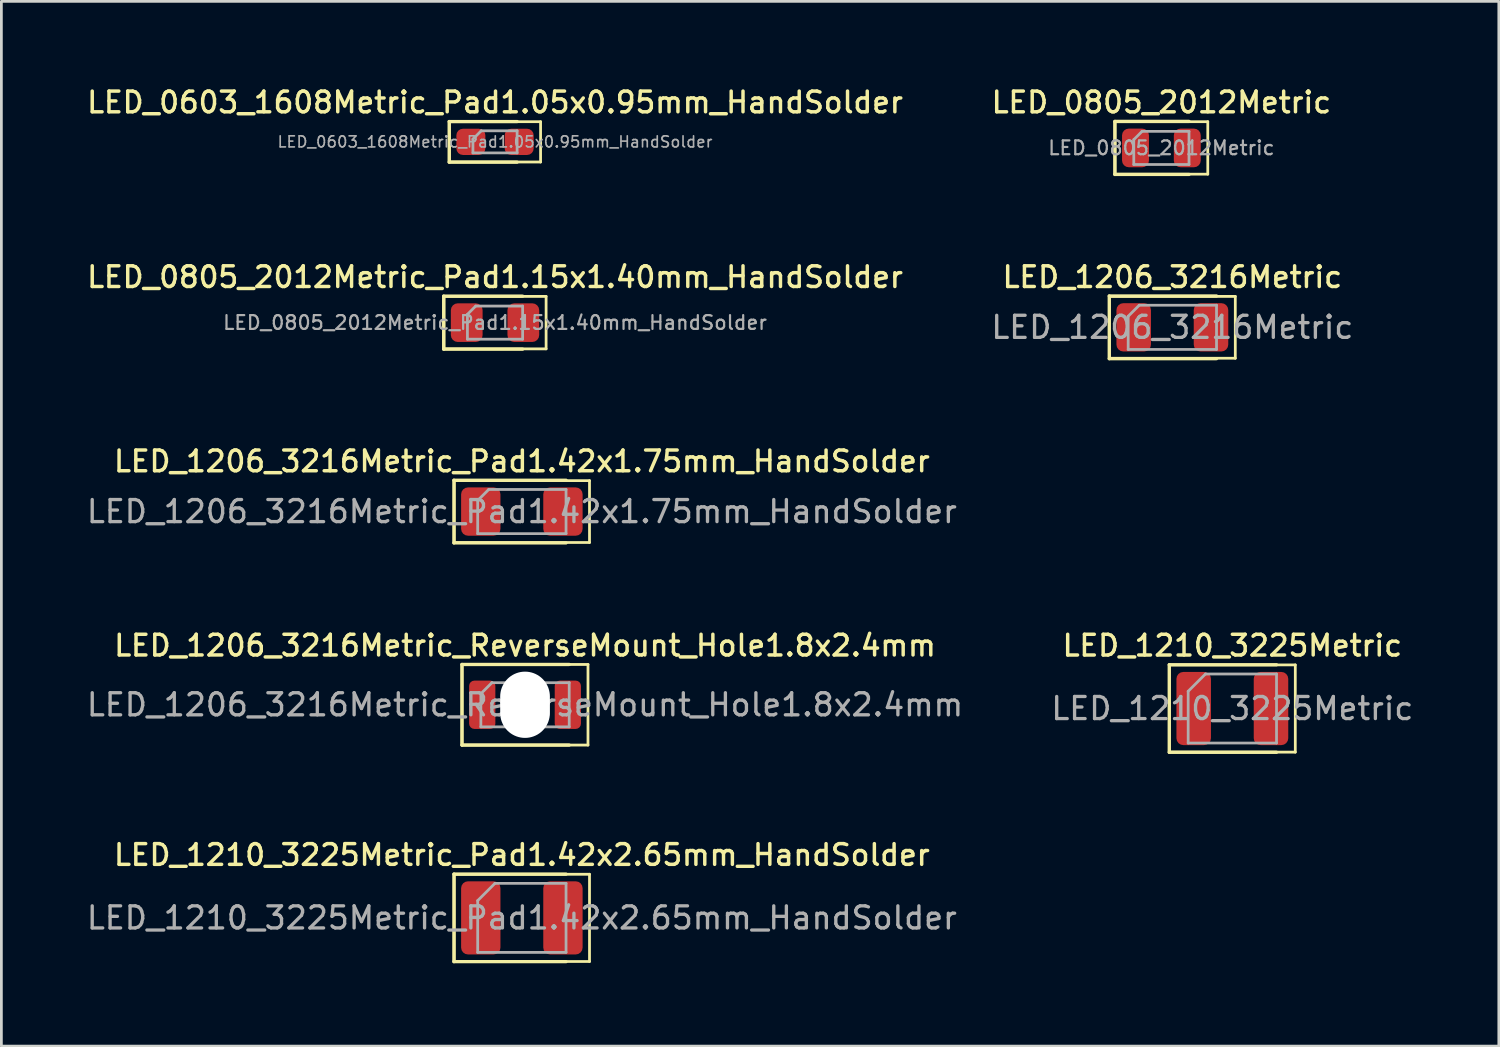
<source format=kicad_pcb>
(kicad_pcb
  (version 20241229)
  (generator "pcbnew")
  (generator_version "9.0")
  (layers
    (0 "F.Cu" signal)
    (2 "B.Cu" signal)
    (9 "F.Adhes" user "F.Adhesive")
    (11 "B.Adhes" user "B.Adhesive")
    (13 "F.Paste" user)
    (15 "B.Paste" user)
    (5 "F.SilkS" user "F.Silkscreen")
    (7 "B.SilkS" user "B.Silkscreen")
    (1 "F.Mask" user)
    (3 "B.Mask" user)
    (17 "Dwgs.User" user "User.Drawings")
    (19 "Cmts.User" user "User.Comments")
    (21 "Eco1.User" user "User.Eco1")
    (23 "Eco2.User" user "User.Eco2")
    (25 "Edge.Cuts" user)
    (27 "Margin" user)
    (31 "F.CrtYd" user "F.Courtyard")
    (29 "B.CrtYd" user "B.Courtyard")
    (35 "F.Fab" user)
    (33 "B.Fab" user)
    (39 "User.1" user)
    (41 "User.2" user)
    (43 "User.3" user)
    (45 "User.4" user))
  (footprint "LED_0603_1608Metric_Pad1.05x0.95mm_HandSolder"
    (layer "F.Cu")
    (at 14.88 2.088)
    (property "Reference" "LED_0603_1608Metric_Pad1.05x0.95mm_HandSolder" (at 0 -1.43 0) (layer "F.SilkS") (effects (font (size 0.75 0.75) (thickness 0.125))))
    (attr smd)
    (fp_line (start -1.66 -0.735) (end -1.66 0.735) (stroke (width 0.12) (type solid)) (layer "F.SilkS"))
    (fp_line (start -1.66 0.735) (end 0.8 0.735) (stroke (width 0.12) (type solid)) (layer "F.SilkS"))
    (fp_line (start -1.65 -0.73) (end 1.65 -0.73) (stroke (width 0.1) (type solid)) (layer "F.SilkS"))
    (fp_line (start -1.65 0.73) (end -1.65 -0.73) (stroke (width 0.1) (type solid)) (layer "F.SilkS"))
    (fp_line (start 0.8 -0.735) (end -1.66 -0.735) (stroke (width 0.12) (type solid)) (layer "F.SilkS"))
    (fp_line (start 1.65 -0.73) (end 1.65 0.73) (stroke (width 0.1) (type solid)) (layer "F.SilkS"))
    (fp_line (start 1.65 0.73) (end -1.65 0.73) (stroke (width 0.1) (type solid)) (layer "F.SilkS"))
    (fp_line (start -0.8 -0.1) (end -0.8 0.4) (stroke (width 0.1) (type solid)) (layer "F.Fab"))
    (fp_line (start -0.8 0.4) (end 0.8 0.4) (stroke (width 0.1) (type solid)) (layer "F.Fab"))
    (fp_line (start -0.5 -0.4) (end -0.8 -0.1) (stroke (width 0.1) (type solid)) (layer "F.Fab"))
    (fp_line (start 0.8 -0.4) (end -0.5 -0.4) (stroke (width 0.1) (type solid)) (layer "F.Fab"))
    (fp_line (start 0.8 0.4) (end 0.8 -0.4) (stroke (width 0.1) (type solid)) (layer "F.Fab"))
    (fp_text user "${REFERENCE}" (at 0 0 0) (layer "F.Fab") (effects (font (size 0.4 0.4) (thickness 0.06))))
    (pad "1" smd roundrect (at -0.875 0) (size 1.05 0.95) (layers "F.Cu" "F.Mask" "F.Paste") (roundrect_rratio 0.25))
    (pad "2" smd roundrect (at 0.875 0) (size 1.05 0.95) (layers "F.Cu" "F.Mask" "F.Paste") (roundrect_rratio 0.25)))
  (footprint "LED_0805_2012Metric_Pad1.15x1.40mm_HandSolder"
    (layer "F.Cu")
    (at 14.88 8.636)
    (property "Reference" "LED_0805_2012Metric_Pad1.15x1.40mm_HandSolder" (at 0 -1.65 0) (layer "F.SilkS") (effects (font (size 0.75 0.75) (thickness 0.125))))
    (attr smd)
    (fp_line (start -1.86 -0.96) (end -1.86 0.96) (stroke (width 0.12) (type solid)) (layer "F.SilkS"))
    (fp_line (start -1.86 0.96) (end 1 0.96) (stroke (width 0.12) (type solid)) (layer "F.SilkS"))
    (fp_line (start -1.85 -0.95) (end 1.85 -0.95) (stroke (width 0.1) (type solid)) (layer "F.SilkS"))
    (fp_line (start -1.85 0.95) (end -1.85 -0.95) (stroke (width 0.1) (type solid)) (layer "F.SilkS"))
    (fp_line (start 1 -0.96) (end -1.86 -0.96) (stroke (width 0.12) (type solid)) (layer "F.SilkS"))
    (fp_line (start 1.85 -0.95) (end 1.85 0.95) (stroke (width 0.1) (type solid)) (layer "F.SilkS"))
    (fp_line (start 1.85 0.95) (end -1.85 0.95) (stroke (width 0.1) (type solid)) (layer "F.SilkS"))
    (fp_line (start -1 -0.3) (end -1 0.6) (stroke (width 0.1) (type solid)) (layer "F.Fab"))
    (fp_line (start -1 0.6) (end 1 0.6) (stroke (width 0.1) (type solid)) (layer "F.Fab"))
    (fp_line (start -0.7 -0.6) (end -1 -0.3) (stroke (width 0.1) (type solid)) (layer "F.Fab"))
    (fp_line (start 1 -0.6) (end -0.7 -0.6) (stroke (width 0.1) (type solid)) (layer "F.Fab"))
    (fp_line (start 1 0.6) (end 1 -0.6) (stroke (width 0.1) (type solid)) (layer "F.Fab"))
    (fp_text user "${REFERENCE}" (at 0 0 0) (layer "F.Fab") (effects (font (size 0.5 0.5) (thickness 0.08))))
    (pad "1" smd roundrect (at -1.025 0) (size 1.15 1.4) (layers "F.Cu" "F.Mask" "F.Paste") (roundrect_rratio 0.217))
    (pad "2" smd roundrect (at 1.025 0) (size 1.15 1.4) (layers "F.Cu" "F.Mask" "F.Paste") (roundrect_rratio 0.217)))
  (footprint "LED_1210_3225Metric"
    (layer "F.Cu")
    (at 41.586 22.613)
    (property "Reference" "LED_1210_3225Metric" (at 0 -2.28 0) (layer "F.SilkS") (effects (font (size 0.75 0.75) (thickness 0.125))))
    (attr smd)
    (fp_line (start -2.285 -1.585) (end -2.285 1.585) (stroke (width 0.12) (type solid)) (layer "F.SilkS"))
    (fp_line (start -2.285 1.585) (end 1.6 1.585) (stroke (width 0.12) (type solid)) (layer "F.SilkS"))
    (fp_line (start -2.28 -1.58) (end 2.28 -1.58) (stroke (width 0.1) (type solid)) (layer "F.SilkS"))
    (fp_line (start -2.28 1.58) (end -2.28 -1.58) (stroke (width 0.1) (type solid)) (layer "F.SilkS"))
    (fp_line (start 1.6 -1.585) (end -2.285 -1.585) (stroke (width 0.12) (type solid)) (layer "F.SilkS"))
    (fp_line (start 2.28 -1.58) (end 2.28 1.58) (stroke (width 0.1) (type solid)) (layer "F.SilkS"))
    (fp_line (start 2.28 1.58) (end -2.28 1.58) (stroke (width 0.1) (type solid)) (layer "F.SilkS"))
    (fp_line (start -1.6 -0.625) (end -1.6 1.25) (stroke (width 0.1) (type solid)) (layer "F.Fab"))
    (fp_line (start -1.6 1.25) (end 1.6 1.25) (stroke (width 0.1) (type solid)) (layer "F.Fab"))
    (fp_line (start -0.975 -1.25) (end -1.6 -0.625) (stroke (width 0.1) (type solid)) (layer "F.Fab"))
    (fp_line (start 1.6 -1.25) (end -0.975 -1.25) (stroke (width 0.1) (type solid)) (layer "F.Fab"))
    (fp_line (start 1.6 1.25) (end 1.6 -1.25) (stroke (width 0.1) (type solid)) (layer "F.Fab"))
    (fp_text user "${REFERENCE}" (at 0 0 0) (layer "F.Fab") (effects (font (size 0.8 0.8) (thickness 0.12))))
    (pad "1" smd roundrect (at -1.4 0) (size 1.25 2.65) (layers "F.Cu" "F.Mask" "F.Paste") (roundrect_rratio 0.2))
    (pad "2" smd roundrect (at 1.4 0) (size 1.25 2.65) (layers "F.Cu" "F.Mask" "F.Paste") (roundrect_rratio 0.2)))
  (footprint "LED_1206_3216Metric_Pad1.42x1.75mm_HandSolder"
    (layer "F.Cu")
    (at 15.852 15.479)
    (property "Reference" "LED_1206_3216Metric_Pad1.42x1.75mm_HandSolder" (at 0 -1.82 0) (layer "F.SilkS") (effects (font (size 0.75 0.75) (thickness 0.125))))
    (attr smd)
    (fp_line (start -2.46 -1.135) (end -2.46 1.135) (stroke (width 0.12) (type solid)) (layer "F.SilkS"))
    (fp_line (start -2.46 1.135) (end 1.6 1.135) (stroke (width 0.12) (type solid)) (layer "F.SilkS"))
    (fp_line (start -2.45 -1.12) (end 2.45 -1.12) (stroke (width 0.1) (type solid)) (layer "F.SilkS"))
    (fp_line (start -2.45 1.12) (end -2.45 -1.12) (stroke (width 0.1) (type solid)) (layer "F.SilkS"))
    (fp_line (start 1.6 -1.135) (end -2.46 -1.135) (stroke (width 0.12) (type solid)) (layer "F.SilkS"))
    (fp_line (start 2.45 -1.12) (end 2.45 1.12) (stroke (width 0.1) (type solid)) (layer "F.SilkS"))
    (fp_line (start 2.45 1.12) (end -2.45 1.12) (stroke (width 0.1) (type solid)) (layer "F.SilkS"))
    (fp_line (start -1.6 -0.4) (end -1.6 0.8) (stroke (width 0.1) (type solid)) (layer "F.Fab"))
    (fp_line (start -1.6 0.8) (end 1.6 0.8) (stroke (width 0.1) (type solid)) (layer "F.Fab"))
    (fp_line (start -1.2 -0.8) (end -1.6 -0.4) (stroke (width 0.1) (type solid)) (layer "F.Fab"))
    (fp_line (start 1.6 -0.8) (end -1.2 -0.8) (stroke (width 0.1) (type solid)) (layer "F.Fab"))
    (fp_line (start 1.6 0.8) (end 1.6 -0.8) (stroke (width 0.1) (type solid)) (layer "F.Fab"))
    (fp_text user "${REFERENCE}" (at 0 0 0) (layer "F.Fab") (effects (font (size 0.8 0.8) (thickness 0.12))))
    (pad "1" smd roundrect (at -1.488 0) (size 1.425 1.75) (layers "F.Cu" "F.Mask" "F.Paste") (roundrect_rratio 0.175))
    (pad "2" smd roundrect (at 1.488 0) (size 1.425 1.75) (layers "F.Cu" "F.Mask" "F.Paste") (roundrect_rratio 0.175)))
  (footprint "LED_1206_3216Metric"
    (layer "F.Cu")
    (at 39.413 8.806)
    (property "Reference" "LED_1206_3216Metric" (at 0 -1.82 0) (layer "F.SilkS") (effects (font (size 0.75 0.75) (thickness 0.125))))
    (attr smd)
    (fp_line (start -2.285 -1.135) (end -2.285 1.135) (stroke (width 0.12) (type solid)) (layer "F.SilkS"))
    (fp_line (start -2.285 1.135) (end 1.6 1.135) (stroke (width 0.12) (type solid)) (layer "F.SilkS"))
    (fp_line (start -2.28 -1.12) (end 2.28 -1.12) (stroke (width 0.1) (type solid)) (layer "F.SilkS"))
    (fp_line (start -2.28 1.12) (end -2.28 -1.12) (stroke (width 0.1) (type solid)) (layer "F.SilkS"))
    (fp_line (start 1.6 -1.135) (end -2.285 -1.135) (stroke (width 0.12) (type solid)) (layer "F.SilkS"))
    (fp_line (start 2.28 -1.12) (end 2.28 1.12) (stroke (width 0.1) (type solid)) (layer "F.SilkS"))
    (fp_line (start 2.28 1.12) (end -2.28 1.12) (stroke (width 0.1) (type solid)) (layer "F.SilkS"))
    (fp_line (start -1.6 -0.4) (end -1.6 0.8) (stroke (width 0.1) (type solid)) (layer "F.Fab"))
    (fp_line (start -1.6 0.8) (end 1.6 0.8) (stroke (width 0.1) (type solid)) (layer "F.Fab"))
    (fp_line (start -1.2 -0.8) (end -1.6 -0.4) (stroke (width 0.1) (type solid)) (layer "F.Fab"))
    (fp_line (start 1.6 -0.8) (end -1.2 -0.8) (stroke (width 0.1) (type solid)) (layer "F.Fab"))
    (fp_line (start 1.6 0.8) (end 1.6 -0.8) (stroke (width 0.1) (type solid)) (layer "F.Fab"))
    (fp_text user "${REFERENCE}" (at 0 0 0) (layer "F.Fab") (effects (font (size 0.8 0.8) (thickness 0.12))))
    (pad "1" smd roundrect (at -1.4 0) (size 1.25 1.75) (layers "F.Cu" "F.Mask" "F.Paste") (roundrect_rratio 0.2))
    (pad "2" smd roundrect (at 1.4 0) (size 1.25 1.75) (layers "F.Cu" "F.Mask" "F.Paste") (roundrect_rratio 0.2)))
  (footprint "LED_1206_3216Metric_ReverseMount_Hole1.8x2.4mm"
    (layer "F.Cu")
    (at 15.967 22.477)
    (property "Reference" "LED_1206_3216Metric_ReverseMount_Hole1.8x2.4mm" (at 0 -2.145 0) (layer "F.SilkS") (effects (font (size 0.75 0.75) (thickness 0.125))))
    (attr smd)
    (fp_line (start -2.285 -1.46) (end -2.285 1.46) (stroke (width 0.12) (type solid)) (layer "F.SilkS"))
    (fp_line (start -2.285 1.46) (end 1.6 1.46) (stroke (width 0.12) (type solid)) (layer "F.SilkS"))
    (fp_line (start -2.28 -1.46) (end 2.28 -1.46) (stroke (width 0.1) (type solid)) (layer "F.SilkS"))
    (fp_line (start -2.28 1.46) (end -2.28 -1.46) (stroke (width 0.1) (type solid)) (layer "F.SilkS"))
    (fp_line (start 1.6 -1.46) (end -2.285 -1.46) (stroke (width 0.12) (type solid)) (layer "F.SilkS"))
    (fp_line (start 2.28 -1.46) (end 2.28 1.46) (stroke (width 0.1) (type solid)) (layer "F.SilkS"))
    (fp_line (start 2.28 1.46) (end -2.28 1.46) (stroke (width 0.1) (type solid)) (layer "F.SilkS"))
    (fp_line (start -1.6 -0.4) (end -1.6 0.8) (stroke (width 0.1) (type solid)) (layer "F.Fab"))
    (fp_line (start -1.6 0.8) (end 1.6 0.8) (stroke (width 0.1) (type solid)) (layer "F.Fab"))
    (fp_line (start -1.2 -0.8) (end -1.6 -0.4) (stroke (width 0.1) (type solid)) (layer "F.Fab"))
    (fp_line (start 1.6 -0.8) (end -1.2 -0.8) (stroke (width 0.1) (type solid)) (layer "F.Fab"))
    (fp_line (start 1.6 0.8) (end 1.6 -0.8) (stroke (width 0.1) (type solid)) (layer "F.Fab"))
    (fp_text user "${REFERENCE}" (at 0 0 0) (layer "F.Fab") (effects (font (size 0.8 0.8) (thickness 0.12))))
    (pad "" np_thru_hole oval (at 0 0) (size 1.8 2.4) (drill oval 1.8 2.4) (layers "*.Cu" "*.Mask"))
    (pad "1" smd roundrect (at -1.55 0) (size 0.95 1.75) (layers "F.Cu" "F.Mask" "F.Paste") (roundrect_rratio 0.2))
    (pad "2" smd roundrect (at 1.55 0) (size 0.95 1.75) (layers "F.Cu" "F.Mask" "F.Paste") (roundrect_rratio 0.2)))
  (footprint "LED_0805_2012Metric"
    (layer "F.Cu")
    (at 39.016 2.308)
    (property "Reference" "LED_0805_2012Metric" (at 0 -1.65 0) (layer "F.SilkS") (effects (font (size 0.75 0.75) (thickness 0.125))))
    (attr smd)
    (fp_line (start -1.685 -0.96) (end -1.685 0.96) (stroke (width 0.12) (type solid)) (layer "F.SilkS"))
    (fp_line (start -1.685 0.96) (end 1 0.96) (stroke (width 0.12) (type solid)) (layer "F.SilkS"))
    (fp_line (start -1.68 -0.95) (end 1.68 -0.95) (stroke (width 0.1) (type solid)) (layer "F.SilkS"))
    (fp_line (start -1.68 0.95) (end -1.68 -0.95) (stroke (width 0.1) (type solid)) (layer "F.SilkS"))
    (fp_line (start 1 -0.96) (end -1.685 -0.96) (stroke (width 0.12) (type solid)) (layer "F.SilkS"))
    (fp_line (start 1.68 -0.95) (end 1.68 0.95) (stroke (width 0.1) (type solid)) (layer "F.SilkS"))
    (fp_line (start 1.68 0.95) (end -1.68 0.95) (stroke (width 0.1) (type solid)) (layer "F.SilkS"))
    (fp_line (start -1 -0.3) (end -1 0.6) (stroke (width 0.1) (type solid)) (layer "F.Fab"))
    (fp_line (start -1 0.6) (end 1 0.6) (stroke (width 0.1) (type solid)) (layer "F.Fab"))
    (fp_line (start -0.7 -0.6) (end -1 -0.3) (stroke (width 0.1) (type solid)) (layer "F.Fab"))
    (fp_line (start 1 -0.6) (end -0.7 -0.6) (stroke (width 0.1) (type solid)) (layer "F.Fab"))
    (fp_line (start 1 0.6) (end 1 -0.6) (stroke (width 0.1) (type solid)) (layer "F.Fab"))
    (fp_text user "${REFERENCE}" (at 0 0 0) (layer "F.Fab") (effects (font (size 0.5 0.5) (thickness 0.08))))
    (pad "1" smd roundrect (at -0.938 0) (size 0.975 1.4) (layers "F.Cu" "F.Mask" "F.Paste") (roundrect_rratio 0.25))
    (pad "2" smd roundrect (at 0.938 0) (size 0.975 1.4) (layers "F.Cu" "F.Mask" "F.Paste") (roundrect_rratio 0.25)))
  (footprint "LED_1210_3225Metric_Pad1.42x2.65mm_HandSolder"
    (layer "F.Cu")
    (at 15.852 30.196)
    (property "Reference" "LED_1210_3225Metric_Pad1.42x2.65mm_HandSolder" (at 0 -2.28 0) (layer "F.SilkS") (effects (font (size 0.75 0.75) (thickness 0.125))))
    (attr smd)
    (fp_line (start -2.46 -1.585) (end -2.46 1.585) (stroke (width 0.12) (type solid)) (layer "F.SilkS"))
    (fp_line (start -2.46 1.585) (end 1.6 1.585) (stroke (width 0.12) (type solid)) (layer "F.SilkS"))
    (fp_line (start -2.45 -1.58) (end 2.45 -1.58) (stroke (width 0.1) (type solid)) (layer "F.SilkS"))
    (fp_line (start -2.45 1.58) (end -2.45 -1.58) (stroke (width 0.1) (type solid)) (layer "F.SilkS"))
    (fp_line (start 1.6 -1.585) (end -2.46 -1.585) (stroke (width 0.12) (type solid)) (layer "F.SilkS"))
    (fp_line (start 2.45 -1.58) (end 2.45 1.58) (stroke (width 0.1) (type solid)) (layer "F.SilkS"))
    (fp_line (start 2.45 1.58) (end -2.45 1.58) (stroke (width 0.1) (type solid)) (layer "F.SilkS"))
    (fp_line (start -1.6 -0.625) (end -1.6 1.25) (stroke (width 0.1) (type solid)) (layer "F.Fab"))
    (fp_line (start -1.6 1.25) (end 1.6 1.25) (stroke (width 0.1) (type solid)) (layer "F.Fab"))
    (fp_line (start -0.975 -1.25) (end -1.6 -0.625) (stroke (width 0.1) (type solid)) (layer "F.Fab"))
    (fp_line (start 1.6 -1.25) (end -0.975 -1.25) (stroke (width 0.1) (type solid)) (layer "F.Fab"))
    (fp_line (start 1.6 1.25) (end 1.6 -1.25) (stroke (width 0.1) (type solid)) (layer "F.Fab"))
    (fp_text user "${REFERENCE}" (at 0 0 0) (layer "F.Fab") (effects (font (size 0.8 0.8) (thickness 0.12))))
    (pad "1" smd roundrect (at -1.488 0) (size 1.425 2.65) (layers "F.Cu" "F.Mask" "F.Paste") (roundrect_rratio 0.175))
    (pad "2" smd roundrect (at 1.488 0) (size 1.425 2.65) (layers "F.Cu" "F.Mask" "F.Paste") (roundrect_rratio 0.175)))
  (gr_rect
    (start -3 -3)
    (end 51.238 34.841)
    (stroke (width 0.1) (type default))
    (fill no)
    (layer "Edge.Cuts")))
</source>
